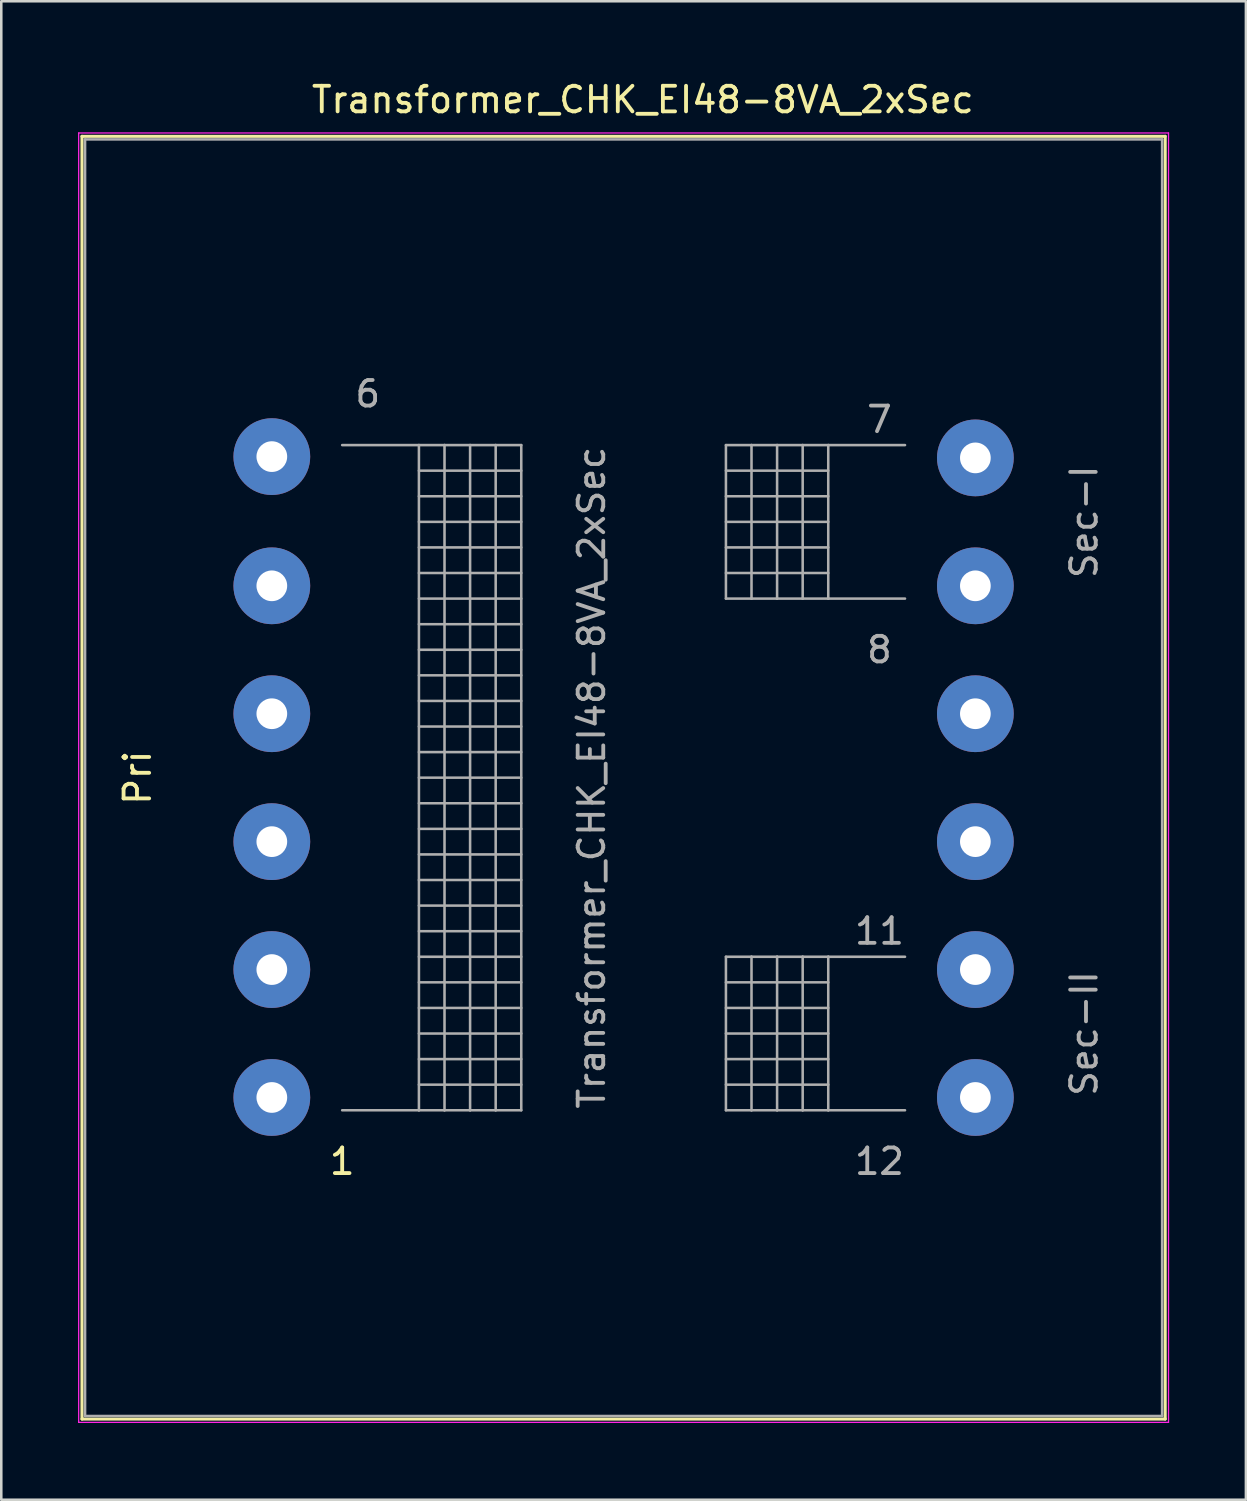
<source format=kicad_pcb>
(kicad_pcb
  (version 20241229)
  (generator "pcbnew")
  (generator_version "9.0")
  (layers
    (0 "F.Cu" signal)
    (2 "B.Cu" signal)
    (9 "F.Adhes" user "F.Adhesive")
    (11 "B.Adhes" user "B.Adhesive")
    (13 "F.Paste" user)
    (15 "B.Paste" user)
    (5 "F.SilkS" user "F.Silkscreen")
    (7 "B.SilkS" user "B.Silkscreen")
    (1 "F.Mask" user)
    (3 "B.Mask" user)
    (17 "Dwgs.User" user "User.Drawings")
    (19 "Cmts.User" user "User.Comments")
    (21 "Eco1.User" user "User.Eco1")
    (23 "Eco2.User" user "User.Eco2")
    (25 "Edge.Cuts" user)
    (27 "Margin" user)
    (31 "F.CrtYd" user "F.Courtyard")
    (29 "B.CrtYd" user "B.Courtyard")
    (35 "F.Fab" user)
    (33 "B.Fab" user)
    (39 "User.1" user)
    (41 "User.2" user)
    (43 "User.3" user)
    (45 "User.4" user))
  (footprint "Transformer_CHK_EI48-8VA_2xSec"
    (layer "F.Cu")
    (at 7.575 39.848)
    (property "Reference" "Transformer_CHK_EI48-8VA_2xSec" (at 14.5 -39 0) (layer "F.SilkS") (effects (font (size 1 1) (thickness 0.15))))
    (attr through_hole)
    (fp_line (start -7.42 -37.57) (end -7.42 12.57) (stroke (width 0.12) (type solid)) (layer "F.SilkS"))
    (fp_line (start -7.42 -37.57) (end 34.92 -37.57) (stroke (width 0.12) (type solid)) (layer "F.SilkS"))
    (fp_line (start 34.92 12.57) (end -7.42 12.57) (stroke (width 0.12) (type solid)) (layer "F.SilkS"))
    (fp_line (start 34.92 12.57) (end 34.92 -37.57) (stroke (width 0.12) (type solid)) (layer "F.SilkS"))
    (fp_line (start -7.55 -37.7) (end -7.55 12.7) (stroke (width 0.05) (type solid)) (layer "F.CrtYd"))
    (fp_line (start -7.55 -37.7) (end 35.05 -37.7) (stroke (width 0.05) (type solid)) (layer "F.CrtYd"))
    (fp_line (start 35.05 12.7) (end -7.55 12.7) (stroke (width 0.05) (type solid)) (layer "F.CrtYd"))
    (fp_line (start 35.05 12.7) (end 35.05 -37.7) (stroke (width 0.05) (type solid)) (layer "F.CrtYd"))
    (fp_line (start -7.3 -37.45) (end 34.8 -37.45) (stroke (width 0.1) (type solid)) (layer "F.Fab"))
    (fp_line (start -7.3 12.45) (end -7.3 -37.45) (stroke (width 0.1) (type solid)) (layer "F.Fab"))
    (fp_line (start 2.75 -25.5) (end 5.75 -25.5) (stroke (width 0.1) (type solid)) (layer "F.Fab"))
    (fp_line (start 5.75 -25.5) (end 5.75 0.5) (stroke (width 0.1) (type solid)) (layer "F.Fab"))
    (fp_line (start 5.75 -25.5) (end 6.75 -25.5) (stroke (width 0.1) (type solid)) (layer "F.Fab"))
    (fp_line (start 5.75 -24.5) (end 9.75 -24.5) (stroke (width 0.1) (type solid)) (layer "F.Fab"))
    (fp_line (start 5.75 -23.5) (end 9.75 -23.5) (stroke (width 0.1) (type solid)) (layer "F.Fab"))
    (fp_line (start 5.75 -22.5) (end 9.75 -22.5) (stroke (width 0.1) (type solid)) (layer "F.Fab"))
    (fp_line (start 5.75 -21.5) (end 9.75 -21.5) (stroke (width 0.1) (type solid)) (layer "F.Fab"))
    (fp_line (start 5.75 -20.5) (end 9.75 -20.5) (stroke (width 0.1) (type solid)) (layer "F.Fab"))
    (fp_line (start 5.75 -19.5) (end 9.75 -19.5) (stroke (width 0.1) (type solid)) (layer "F.Fab"))
    (fp_line (start 5.75 -18.5) (end 9.75 -18.5) (stroke (width 0.1) (type solid)) (layer "F.Fab"))
    (fp_line (start 5.75 -17.5) (end 9.75 -17.5) (stroke (width 0.1) (type solid)) (layer "F.Fab"))
    (fp_line (start 5.75 -16.5) (end 9.75 -16.5) (stroke (width 0.1) (type solid)) (layer "F.Fab"))
    (fp_line (start 5.75 -15.5) (end 9.75 -15.5) (stroke (width 0.1) (type solid)) (layer "F.Fab"))
    (fp_line (start 5.75 -13.5) (end 9.75 -13.5) (stroke (width 0.1) (type solid)) (layer "F.Fab"))
    (fp_line (start 5.75 -12.5) (end 9.75 -12.5) (stroke (width 0.1) (type solid)) (layer "F.Fab"))
    (fp_line (start 5.75 -10.5) (end 9.75 -10.5) (stroke (width 0.1) (type solid)) (layer "F.Fab"))
    (fp_line (start 5.75 -8.5) (end 9.75 -8.5) (stroke (width 0.1) (type solid)) (layer "F.Fab"))
    (fp_line (start 5.75 -6.5) (end 9.75 -6.5) (stroke (width 0.1) (type solid)) (layer "F.Fab"))
    (fp_line (start 5.75 -4.5) (end 9.75 -4.5) (stroke (width 0.1) (type solid)) (layer "F.Fab"))
    (fp_line (start 5.75 -2.5) (end 9.75 -2.5) (stroke (width 0.1) (type solid)) (layer "F.Fab"))
    (fp_line (start 5.75 -0.5) (end 9.75 -0.5) (stroke (width 0.1) (type solid)) (layer "F.Fab"))
    (fp_line (start 5.75 0.5) (end 2.75 0.5) (stroke (width 0.1) (type solid)) (layer "F.Fab"))
    (fp_line (start 6.75 -25.5) (end 6.75 0.5) (stroke (width 0.1) (type solid)) (layer "F.Fab"))
    (fp_line (start 6.75 -25.5) (end 7.75 -25.5) (stroke (width 0.1) (type solid)) (layer "F.Fab"))
    (fp_line (start 6.75 0.5) (end 5.75 0.5) (stroke (width 0.1) (type solid)) (layer "F.Fab"))
    (fp_line (start 7.75 -25.5) (end 7.75 0.5) (stroke (width 0.1) (type solid)) (layer "F.Fab"))
    (fp_line (start 7.75 -25.5) (end 8.75 -25.5) (stroke (width 0.1) (type solid)) (layer "F.Fab"))
    (fp_line (start 7.75 0.5) (end 6.75 0.5) (stroke (width 0.1) (type solid)) (layer "F.Fab"))
    (fp_line (start 8.75 -25.5) (end 8.75 0.5) (stroke (width 0.1) (type solid)) (layer "F.Fab"))
    (fp_line (start 8.75 -25.5) (end 9.75 -25.5) (stroke (width 0.1) (type solid)) (layer "F.Fab"))
    (fp_line (start 8.75 0.5) (end 7.75 0.5) (stroke (width 0.1) (type solid)) (layer "F.Fab"))
    (fp_line (start 9.75 -25.5) (end 9.75 0.5) (stroke (width 0.1) (type solid)) (layer "F.Fab"))
    (fp_line (start 9.75 -14.5) (end 5.75 -14.5) (stroke (width 0.1) (type solid)) (layer "F.Fab"))
    (fp_line (start 9.75 -11.5) (end 5.75 -11.5) (stroke (width 0.1) (type solid)) (layer "F.Fab"))
    (fp_line (start 9.75 -9.5) (end 5.75 -9.5) (stroke (width 0.1) (type solid)) (layer "F.Fab"))
    (fp_line (start 9.75 -7.5) (end 5.75 -7.5) (stroke (width 0.1) (type solid)) (layer "F.Fab"))
    (fp_line (start 9.75 -5.5) (end 5.75 -5.5) (stroke (width 0.1) (type solid)) (layer "F.Fab"))
    (fp_line (start 9.75 -3.5) (end 5.75 -3.5) (stroke (width 0.1) (type solid)) (layer "F.Fab"))
    (fp_line (start 9.75 -1.5) (end 5.75 -1.5) (stroke (width 0.1) (type solid)) (layer "F.Fab"))
    (fp_line (start 9.75 0.5) (end 8.75 0.5) (stroke (width 0.1) (type solid)) (layer "F.Fab"))
    (fp_line (start 17.75 -25.5) (end 17.75 -19.5) (stroke (width 0.1) (type solid)) (layer "F.Fab"))
    (fp_line (start 17.75 -24.5) (end 21.75 -24.5) (stroke (width 0.1) (type solid)) (layer "F.Fab"))
    (fp_line (start 17.75 -23.5) (end 21.75 -23.5) (stroke (width 0.1) (type solid)) (layer "F.Fab"))
    (fp_line (start 17.75 -22.5) (end 21.75 -22.5) (stroke (width 0.1) (type solid)) (layer "F.Fab"))
    (fp_line (start 17.75 -21.5) (end 21.75 -21.5) (stroke (width 0.1) (type solid)) (layer "F.Fab"))
    (fp_line (start 17.75 -20.5) (end 21.75 -20.5) (stroke (width 0.1) (type solid)) (layer "F.Fab"))
    (fp_line (start 17.75 -19.5) (end 18.75 -19.5) (stroke (width 0.1) (type solid)) (layer "F.Fab"))
    (fp_line (start 17.75 -5.5) (end 17.75 0.5) (stroke (width 0.1) (type solid)) (layer "F.Fab"))
    (fp_line (start 17.75 -4.5) (end 21.75 -4.5) (stroke (width 0.1) (type solid)) (layer "F.Fab"))
    (fp_line (start 17.75 -3.5) (end 21.75 -3.5) (stroke (width 0.1) (type solid)) (layer "F.Fab"))
    (fp_line (start 17.75 -2.5) (end 21.75 -2.5) (stroke (width 0.1) (type solid)) (layer "F.Fab"))
    (fp_line (start 17.75 -1.5) (end 21.75 -1.5) (stroke (width 0.1) (type solid)) (layer "F.Fab"))
    (fp_line (start 17.75 -0.5) (end 21.75 -0.5) (stroke (width 0.1) (type solid)) (layer "F.Fab"))
    (fp_line (start 17.75 0.5) (end 18.75 0.5) (stroke (width 0.1) (type solid)) (layer "F.Fab"))
    (fp_line (start 18.75 -25.5) (end 17.75 -25.5) (stroke (width 0.1) (type solid)) (layer "F.Fab"))
    (fp_line (start 18.75 -25.5) (end 18.75 -19.5) (stroke (width 0.1) (type solid)) (layer "F.Fab"))
    (fp_line (start 18.75 -19.5) (end 19.75 -19.5) (stroke (width 0.1) (type solid)) (layer "F.Fab"))
    (fp_line (start 18.75 -5.5) (end 17.75 -5.5) (stroke (width 0.1) (type solid)) (layer "F.Fab"))
    (fp_line (start 18.75 -5.5) (end 18.75 0.5) (stroke (width 0.1) (type solid)) (layer "F.Fab"))
    (fp_line (start 18.75 0.5) (end 19.75 0.5) (stroke (width 0.1) (type solid)) (layer "F.Fab"))
    (fp_line (start 19.75 -25.5) (end 18.75 -25.5) (stroke (width 0.1) (type solid)) (layer "F.Fab"))
    (fp_line (start 19.75 -25.5) (end 19.75 -19.5) (stroke (width 0.1) (type solid)) (layer "F.Fab"))
    (fp_line (start 19.75 -19.5) (end 20.75 -19.5) (stroke (width 0.1) (type solid)) (layer "F.Fab"))
    (fp_line (start 19.75 -5.5) (end 18.75 -5.5) (stroke (width 0.1) (type solid)) (layer "F.Fab"))
    (fp_line (start 19.75 -5.5) (end 19.75 0.5) (stroke (width 0.1) (type solid)) (layer "F.Fab"))
    (fp_line (start 19.75 0.5) (end 20.75 0.5) (stroke (width 0.1) (type solid)) (layer "F.Fab"))
    (fp_line (start 20.75 -25.5) (end 19.75 -25.5) (stroke (width 0.1) (type solid)) (layer "F.Fab"))
    (fp_line (start 20.75 -25.5) (end 20.75 -19.5) (stroke (width 0.1) (type solid)) (layer "F.Fab"))
    (fp_line (start 20.75 -19.5) (end 21.75 -19.5) (stroke (width 0.1) (type solid)) (layer "F.Fab"))
    (fp_line (start 20.75 -5.5) (end 19.75 -5.5) (stroke (width 0.1) (type solid)) (layer "F.Fab"))
    (fp_line (start 20.75 -5.5) (end 20.75 0.5) (stroke (width 0.1) (type solid)) (layer "F.Fab"))
    (fp_line (start 20.75 0.5) (end 21.75 0.5) (stroke (width 0.1) (type solid)) (layer "F.Fab"))
    (fp_line (start 21.75 -25.5) (end 20.75 -25.5) (stroke (width 0.1) (type solid)) (layer "F.Fab"))
    (fp_line (start 21.75 -25.5) (end 21.75 -19.5) (stroke (width 0.1) (type solid)) (layer "F.Fab"))
    (fp_line (start 21.75 -19.5) (end 24.75 -19.5) (stroke (width 0.1) (type solid)) (layer "F.Fab"))
    (fp_line (start 21.75 -5.5) (end 20.75 -5.5) (stroke (width 0.1) (type solid)) (layer "F.Fab"))
    (fp_line (start 21.75 -5.5) (end 21.75 0.5) (stroke (width 0.1) (type solid)) (layer "F.Fab"))
    (fp_line (start 21.75 0.5) (end 24.75 0.5) (stroke (width 0.1) (type solid)) (layer "F.Fab"))
    (fp_line (start 24.75 -25.5) (end 21.75 -25.5) (stroke (width 0.1) (type solid)) (layer "F.Fab"))
    (fp_line (start 24.75 -5.5) (end 21.75 -5.5) (stroke (width 0.1) (type solid)) (layer "F.Fab"))
    (fp_line (start 34.8 -37.45) (end 34.8 12.45) (stroke (width 0.1) (type solid)) (layer "F.Fab"))
    (fp_line (start 34.8 12.45) (end -7.3 12.45) (stroke (width 0.1) (type solid)) (layer "F.Fab"))
    (fp_text user "1" (at 2.75 2.5 0) (layer "F.SilkS") (effects (font (size 1 1) (thickness 0.15))))
    (fp_text user "Pri" (at -5.25 -12.5 90) (layer "F.SilkS") (effects (font (size 1 1) (thickness 0.15))))
    (fp_text user "7" (at 23.75 -26.5 0) (layer "F.Fab") (effects (font (size 1 1) (thickness 0.15))))
    (fp_text user "Sec-I" (at 31.75 -22.5 90) (layer "F.Fab") (effects (font (size 1 1) (thickness 0.15))))
    (fp_text user "12" (at 23.75 2.5 0) (layer "F.Fab") (effects (font (size 1 1) (thickness 0.15))))
    (fp_text user "6" (at 3.75 -27.5 0) (layer "F.Fab") (effects (font (size 1 1) (thickness 0.15))))
    (fp_text user "8" (at 23.75 -17.5 0) (layer "F.Fab") (effects (font (size 1 1) (thickness 0.15))))
    (fp_text user "11" (at 23.75 -6.5 0) (layer "F.Fab") (effects (font (size 1 1) (thickness 0.15))))
    (fp_text user "${REFERENCE}" (at 12.5 -12.5 90) (layer "F.Fab") (effects (font (size 1 1) (thickness 0.15))))
    (fp_text user "Sec-II" (at 31.75 -2.5 90) (layer "F.Fab") (effects (font (size 1 1) (thickness 0.15))))
    (pad "1" thru_hole circle (at 0 0) (size 3 3) (drill 1.2) (layers "*.Cu" "*.Mask"))
    (pad "2" thru_hole circle (at 0 -5) (size 3 3) (drill 1.2) (layers "*.Cu" "*.Mask"))
    (pad "3" thru_hole circle (at 0 -10) (size 3 3) (drill 1.2) (layers "*.Cu" "*.Mask"))
    (pad "4" thru_hole circle (at 0 -15) (size 3 3) (drill 1.2) (layers "*.Cu" "*.Mask"))
    (pad "5" thru_hole circle (at 0 -20) (size 3 3) (drill 1.2) (layers "*.Cu" "*.Mask"))
    (pad "6" thru_hole circle (at 0 -25.05) (size 3 3) (drill 1.2) (layers "*.Cu" "*.Mask"))
    (pad "7" thru_hole circle (at 27.5 -25) (size 3 3) (drill 1.2) (layers "*.Cu" "*.Mask"))
    (pad "8" thru_hole circle (at 27.5 -20) (size 3 3) (drill 1.2) (layers "*.Cu" "*.Mask"))
    (pad "9" thru_hole circle (at 27.5 -15) (size 3 3) (drill 1.2) (layers "*.Cu" "*.Mask"))
    (pad "10" thru_hole circle (at 27.5 -10) (size 3 3) (drill 1.2) (layers "*.Cu" "*.Mask"))
    (pad "11" thru_hole circle (at 27.5 -5) (size 3 3) (drill 1.2) (layers "*.Cu" "*.Mask"))
    (pad "12" thru_hole circle (at 27.5 0) (size 3 3) (drill 1.2) (layers "*.Cu" "*.Mask")))
  (gr_rect
    (start -3 -3)
    (end 45.65 55.573)
    (stroke (width 0.1) (type default))
    (fill no)
    (layer "Edge.Cuts")))
</source>
